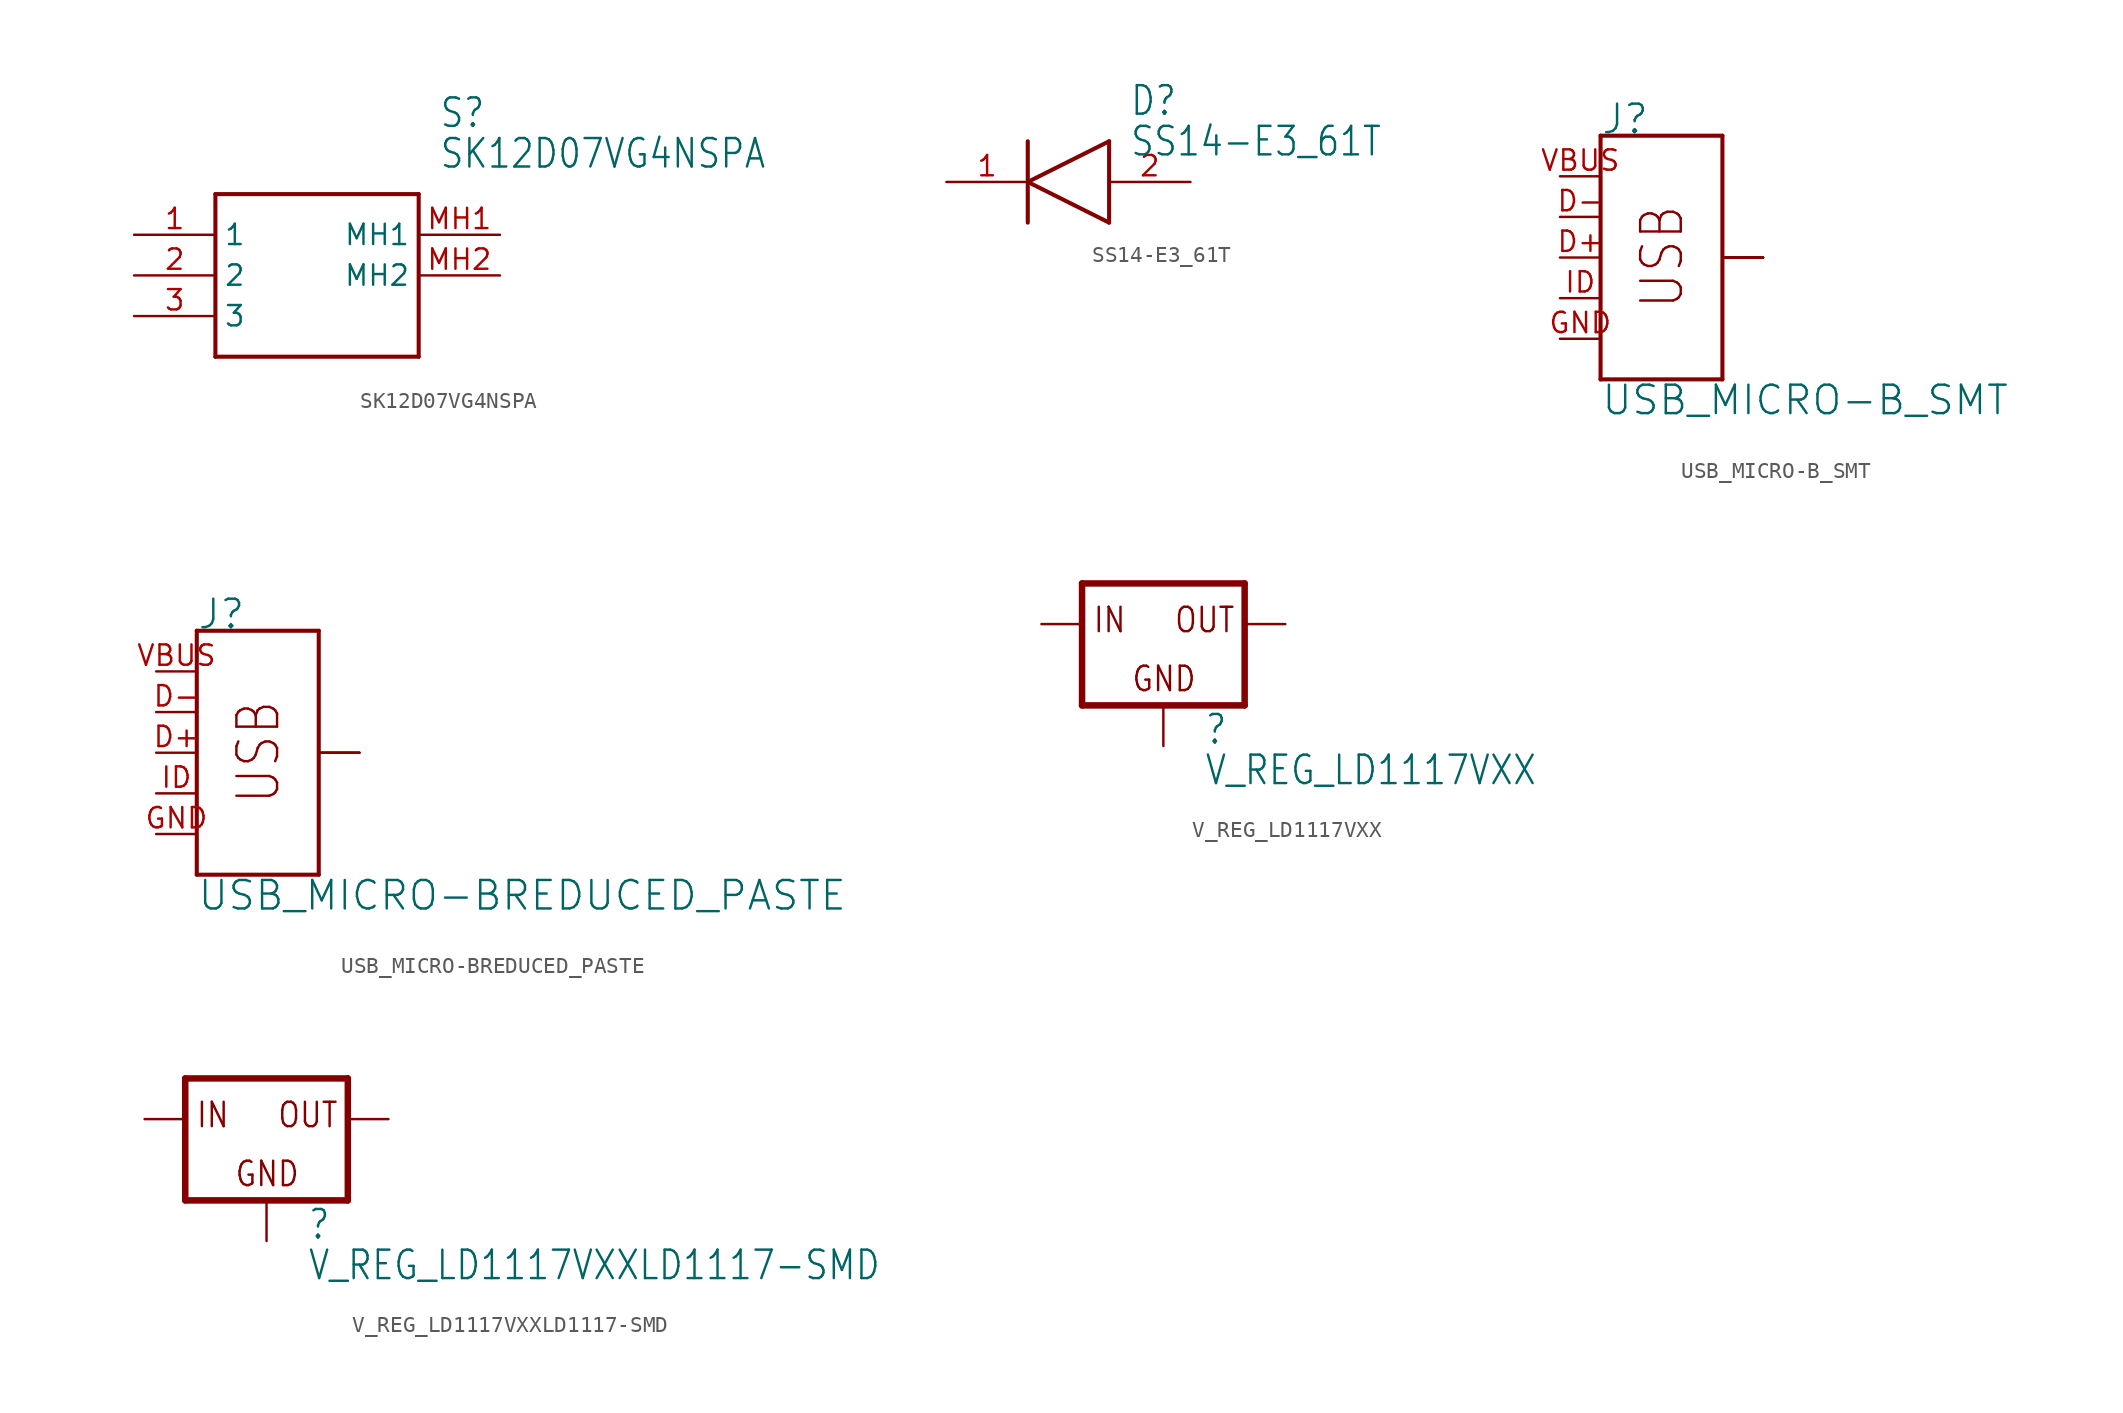
<source format=kicad_sym>
(kicad_symbol_lib
  (version 20211014)
  (generator kicad_symbol_editor)
  (symbol "SK12D07VG4NSPA"
    (property "Reference" "S"
      (at 19.05 7.62 0)
      (effects (font (size 1.778 1.511)) (justify left)))
    (property "Value" "SK12D07VG4NSPA"
      (at 19.05 5.08 0)
      (effects (font (size 1.778 1.511)) (justify left)))
    (property "ki_locked" ""
      (at 0 0 0)
      (effects (font (size 1.27 1.27))))
    (symbol "SK12D07VG4NSPA_1_0"
      (polyline (pts (xy 5.08 2.54) (xy 5.08 -7.62)) (stroke (width 0.254) (type default) (color 0 0 0 0)) (fill (type none)))
      (polyline (pts (xy 5.08 2.54) (xy 17.78 2.54)) (stroke (width 0.254) (type default) (color 0 0 0 0)) (fill (type none)))
      (polyline (pts (xy 17.78 -7.62) (xy 5.08 -7.62)) (stroke (width 0.254) (type default) (color 0 0 0 0)) (fill (type none)))
      (polyline (pts (xy 17.78 -7.62) (xy 17.78 2.54)) (stroke (width 0.254) (type default) (color 0 0 0 0)) (fill (type none)))
      (pin bidirectional line (at 0 0 0) (length 5.08) (name "1" (effects (font (size 1.27 1.27)))) (number "1" (effects (font (size 1.27 1.27)))))
      (pin bidirectional line (at 0 -2.54 0) (length 5.08) (name "2" (effects (font (size 1.27 1.27)))) (number "2" (effects (font (size 1.27 1.27)))))
      (pin bidirectional line (at 0 -5.08 0) (length 5.08) (name "3" (effects (font (size 1.27 1.27)))) (number "3" (effects (font (size 1.27 1.27)))))
      (pin bidirectional line (at 22.86 0 180) (length 5.08) (name "MH1" (effects (font (size 1.27 1.27)))) (number "MH1" (effects (font (size 1.27 1.27)))))
      (pin bidirectional line (at 22.86 -2.54 180) (length 5.08) (name "MH2" (effects (font (size 1.27 1.27)))) (number "MH2" (effects (font (size 1.27 1.27)))))))
  (symbol "SS14-E3_61T"
    (property "Reference" "D"
      (at 11.43 5.08 0)
      (effects (font (size 1.778 1.511)) (justify left)))
    (property "Value" "SS14-E3_61T"
      (at 11.43 2.54 0)
      (effects (font (size 1.778 1.511)) (justify left)))
    (property "ki_locked" ""
      (at 0 0 0)
      (effects (font (size 1.27 1.27))))
    (symbol "SS14-E3_61T_1_0"
      (polyline (pts (xy 5.08 0) (xy 10.16 2.54)) (stroke (width 0.254) (type default) (color 0 0 0 0)) (fill (type none)))
      (polyline (pts (xy 5.08 2.54) (xy 5.08 -2.54)) (stroke (width 0.254) (type default) (color 0 0 0 0)) (fill (type none)))
      (polyline (pts (xy 10.16 -2.54) (xy 5.08 0)) (stroke (width 0.254) (type default) (color 0 0 0 0)) (fill (type none)))
      (polyline (pts (xy 10.16 -2.54) (xy 10.16 2.54)) (stroke (width 0.254) (type default) (color 0 0 0 0)) (fill (type none)))
      (pin bidirectional line (at 0 0 0) (length 5.08) (name "K" (effects (font (size 0 0)))) (number "1" (effects (font (size 1.27 1.27)))))
      (pin bidirectional line (at 15.24 0 180) (length 5.08) (name "A" (effects (font (size 0 0)))) (number "2" (effects (font (size 1.27 1.27)))))))
  (symbol "USB_MICRO-B_SMT"
    (property "Reference" "J"
      (at -2.54 7.62 0)
      (effects (font (size 1.778 1.778)) (justify left bottom)))
    (property "Value" "USB_MICRO-B_SMT"
      (at -2.54 -7.874 0)
      (effects (font (size 1.778 1.778)) (justify left top)))
    (property "ki_locked" ""
      (at 0 0 0)
      (effects (font (size 1.27 1.27))))
    (symbol "USB_MICRO-B_SMT_1_0"
      (polyline (pts (xy -2.54 -7.62) (xy 5.08 -7.62)) (stroke (width 0.254) (type default) (color 0 0 0 0)) (fill (type none)))
      (polyline (pts (xy -2.54 7.62) (xy -2.54 -7.62)) (stroke (width 0.254) (type default) (color 0 0 0 0)) (fill (type none)))
      (polyline (pts (xy 5.08 7.62) (xy -2.54 7.62)) (stroke (width 0.254) (type default) (color 0 0 0 0)) (fill (type none)))
      (polyline (pts (xy 5.08 7.62) (xy 5.08 -7.62)) (stroke (width 0.254) (type default) (color 0 0 0 0)) (fill (type none)))
      (text "USB" (at 2.794 -3.302 900) (effects (font (size 2.54 2.159)) (justify left bottom)))
      (pin bidirectional line (at -5.08 0 0) (length 2.54) (name "D+" (effects (font (size 0 0)))) (number "D+" (effects (font (size 1.27 1.27)))))
      (pin bidirectional line (at -5.08 2.54 0) (length 2.54) (name "D-" (effects (font (size 0 0)))) (number "D-" (effects (font (size 1.27 1.27)))))
      (pin power_in line (at -5.08 -5.08 0) (length 2.54) (name "GND" (effects (font (size 0 0)))) (number "GND" (effects (font (size 1.27 1.27)))))
      (pin bidirectional line (at -5.08 -2.54 0) (length 2.54) (name "ID" (effects (font (size 0 0)))) (number "ID" (effects (font (size 1.27 1.27)))))
      (pin bidirectional line (at 7.62 0 180) (length 2.54) (name "SHIELD" (effects (font (size 0 0)))) (number "MT1" (effects (font (size 0 0)))))
      (pin bidirectional line (at 7.62 0 180) (length 2.54) (name "SHIELD" (effects (font (size 0 0)))) (number "MT2" (effects (font (size 0 0)))))
      (pin bidirectional line (at 7.62 0 180) (length 2.54) (name "SHIELD" (effects (font (size 0 0)))) (number "P$1" (effects (font (size 0 0)))))
      (pin bidirectional line (at 7.62 0 180) (length 2.54) (name "SHIELD" (effects (font (size 0 0)))) (number "P$2" (effects (font (size 0 0)))))
      (pin power_in line (at -5.08 5.08 0) (length 2.54) (name "VBUS" (effects (font (size 0 0)))) (number "VBUS" (effects (font (size 1.27 1.27)))))))
  (symbol "USB_MICRO-BREDUCED_PASTE"
    (property "Reference" "J"
      (at -2.54 7.62 0)
      (effects (font (size 1.778 1.778)) (justify left bottom)))
    (property "Value" "USB_MICRO-BREDUCED_PASTE"
      (at -2.54 -7.874 0)
      (effects (font (size 1.778 1.778)) (justify left top)))
    (property "ki_locked" ""
      (at 0 0 0)
      (effects (font (size 1.27 1.27))))
    (symbol "USB_MICRO-BREDUCED_PASTE_1_0"
      (polyline (pts (xy -2.54 -7.62) (xy 5.08 -7.62)) (stroke (width 0.254) (type default) (color 0 0 0 0)) (fill (type none)))
      (polyline (pts (xy -2.54 7.62) (xy -2.54 -7.62)) (stroke (width 0.254) (type default) (color 0 0 0 0)) (fill (type none)))
      (polyline (pts (xy 5.08 7.62) (xy -2.54 7.62)) (stroke (width 0.254) (type default) (color 0 0 0 0)) (fill (type none)))
      (polyline (pts (xy 5.08 7.62) (xy 5.08 -7.62)) (stroke (width 0.254) (type default) (color 0 0 0 0)) (fill (type none)))
      (text "USB" (at 2.794 -3.302 900) (effects (font (size 2.54 2.159)) (justify left bottom)))
      (pin bidirectional line (at -5.08 0 0) (length 2.54) (name "D+" (effects (font (size 0 0)))) (number "D+" (effects (font (size 1.27 1.27)))))
      (pin bidirectional line (at -5.08 2.54 0) (length 2.54) (name "D-" (effects (font (size 0 0)))) (number "D-" (effects (font (size 1.27 1.27)))))
      (pin power_in line (at -5.08 -5.08 0) (length 2.54) (name "GND" (effects (font (size 0 0)))) (number "GND" (effects (font (size 1.27 1.27)))))
      (pin bidirectional line (at -5.08 -2.54 0) (length 2.54) (name "ID" (effects (font (size 0 0)))) (number "ID" (effects (font (size 1.27 1.27)))))
      (pin bidirectional line (at 7.62 0 180) (length 2.54) (name "SHIELD" (effects (font (size 0 0)))) (number "SHIELD1" (effects (font (size 0 0)))))
      (pin bidirectional line (at 7.62 0 180) (length 2.54) (name "SHIELD" (effects (font (size 0 0)))) (number "SHIELD2" (effects (font (size 0 0)))))
      (pin bidirectional line (at 7.62 0 180) (length 2.54) (name "SHIELD" (effects (font (size 0 0)))) (number "SHIELD3" (effects (font (size 0 0)))))
      (pin power_in line (at -5.08 5.08 0) (length 2.54) (name "VBUS" (effects (font (size 0 0)))) (number "VBUS" (effects (font (size 1.27 1.27)))))))
  (symbol "V_REG_LD1117VXX"
    (property "Reference" ""
      (at 2.54 -7.62 0)
      (effects (font (size 1.778 1.511)) (justify left bottom)))
    (property "Value" "V_REG_LD1117VXX"
      (at 2.54 -10.16 0)
      (effects (font (size 1.778 1.511)) (justify left bottom)))
    (property "ki_locked" ""
      (at 0 0 0)
      (effects (font (size 1.27 1.27))))
    (symbol "V_REG_LD1117VXX_1_0"
      (polyline (pts (xy -5.08 -5.08) (xy 5.08 -5.08)) (stroke (width 0.406) (type default) (color 0 0 0 0)) (fill (type none)))
      (polyline (pts (xy -5.08 2.54) (xy -5.08 -5.08)) (stroke (width 0.406) (type default) (color 0 0 0 0)) (fill (type none)))
      (polyline (pts (xy 5.08 -5.08) (xy 5.08 2.54)) (stroke (width 0.406) (type default) (color 0 0 0 0)) (fill (type none)))
      (polyline (pts (xy 5.08 2.54) (xy -5.08 2.54)) (stroke (width 0.406) (type default) (color 0 0 0 0)) (fill (type none)))
      (text "GND" (at -2.032 -4.318 0) (effects (font (size 1.524 1.295)) (justify left bottom)))
      (text "IN" (at -4.445 -0.635 0) (effects (font (size 1.524 1.295)) (justify left bottom)))
      (text "OUT" (at 0.635 -0.635 0) (effects (font (size 1.524 1.295)) (justify left bottom)))
      (pin passive line (at 7.62 0 180) (length 2.54) (name "OUT" (effects (font (size 0 0)))) (number "GND" (effects (font (size 0 0)))))
      (pin input line (at 0 -7.62 90) (length 2.54) (name "GND" (effects (font (size 0 0)))) (number "IN" (effects (font (size 0 0)))))
      (pin input line (at -7.62 0 0) (length 2.54) (name "IN" (effects (font (size 0 0)))) (number "OUT" (effects (font (size 0 0)))))))
  (symbol "V_REG_LD1117VXXLD1117-SMD"
    (property "Reference" ""
      (at 2.54 -7.62 0)
      (effects (font (size 1.778 1.511)) (justify left bottom)))
    (property "Value" "V_REG_LD1117VXXLD1117-SMD"
      (at 2.54 -10.16 0)
      (effects (font (size 1.778 1.511)) (justify left bottom)))
    (property "ki_locked" ""
      (at 0 0 0)
      (effects (font (size 1.27 1.27))))
    (symbol "V_REG_LD1117VXXLD1117-SMD_1_0"
      (polyline (pts (xy -5.08 -5.08) (xy 5.08 -5.08)) (stroke (width 0.406) (type default) (color 0 0 0 0)) (fill (type none)))
      (polyline (pts (xy -5.08 2.54) (xy -5.08 -5.08)) (stroke (width 0.406) (type default) (color 0 0 0 0)) (fill (type none)))
      (polyline (pts (xy 5.08 -5.08) (xy 5.08 2.54)) (stroke (width 0.406) (type default) (color 0 0 0 0)) (fill (type none)))
      (polyline (pts (xy 5.08 2.54) (xy -5.08 2.54)) (stroke (width 0.406) (type default) (color 0 0 0 0)) (fill (type none)))
      (text "GND" (at -2.032 -4.318 0) (effects (font (size 1.524 1.295)) (justify left bottom)))
      (text "IN" (at -4.445 -0.635 0) (effects (font (size 1.524 1.295)) (justify left bottom)))
      (text "OUT" (at 0.635 -0.635 0) (effects (font (size 1.524 1.295)) (justify left bottom)))
      (pin input line (at 0 -7.62 90) (length 2.54) (name "GND" (effects (font (size 0 0)))) (number "1" (effects (font (size 0 0)))))
      (pin passive line (at 7.62 0 180) (length 2.54) (name "OUT" (effects (font (size 0 0)))) (number "2" (effects (font (size 0 0)))))
      (pin input line (at -7.62 0 0) (length 2.54) (name "IN" (effects (font (size 0 0)))) (number "3" (effects (font (size 0 0))))))))
</source>
